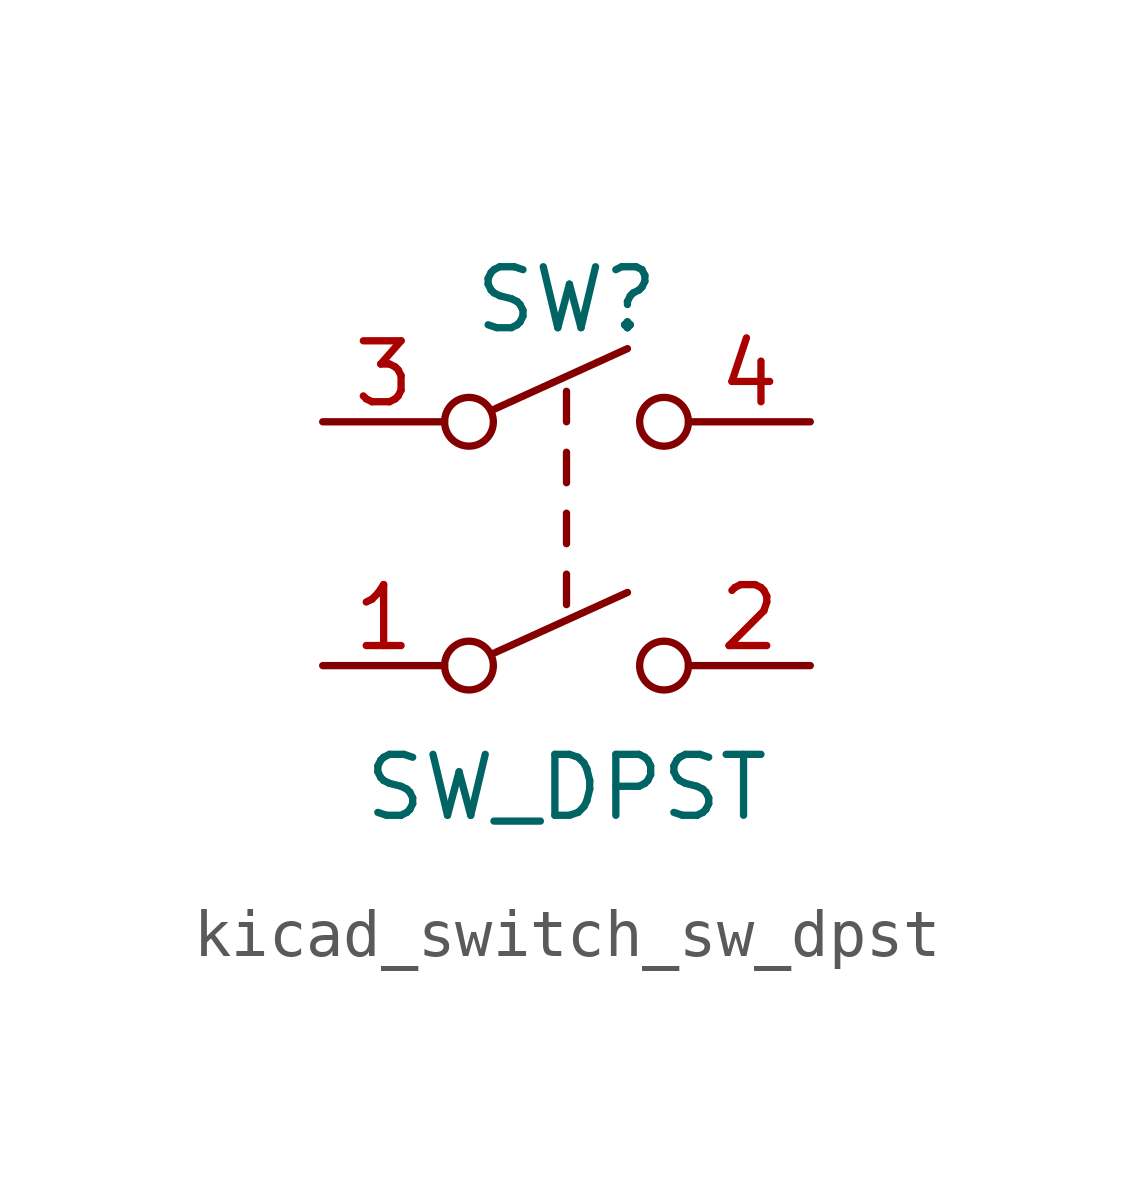
<source format=kicad_sym>
(kicad_symbol_lib
  (version 20220914)
  (generator kicad_symbol_editor)
  (symbol "kicad_switch_sw_dpst"
    (pin_names
      (offset 0) hide)
    (property "Reference" "SW"
      (at 0 5.08 0)
      (effects (font (size 1.27 1.27))))
    (property "Value" "SW_DPST"
      (at 0 -5.08 0)
      (effects (font (size 1.27 1.27))))
    (symbol "kicad_switch_sw_dpst_0_0"
      (circle (center -2.032 -2.54) (radius 0.508) (stroke (width 0) (type default)) (fill (type none)))
      (circle (center -2.032 2.54) (radius 0.508) (stroke (width 0) (type default)) (fill (type none)))
      (polyline (pts (xy -1.524 -2.286) (xy 1.27 -1.016)) (stroke (width 0) (type default)) (fill (type none)))
      (polyline (pts (xy -1.524 2.794) (xy 1.27 4.064)) (stroke (width 0) (type default)) (fill (type none)))
      (polyline (pts (xy 0 -1.27) (xy 0 -0.635)) (stroke (width 0) (type default)) (fill (type none)))
      (polyline (pts (xy 0 0) (xy 0 0.635)) (stroke (width 0) (type default)) (fill (type none)))
      (polyline (pts (xy 0 1.27) (xy 0 1.905)) (stroke (width 0) (type default)) (fill (type none)))
      (polyline (pts (xy 0 2.54) (xy 0 3.175)) (stroke (width 0) (type default)) (fill (type none)))
      (circle (center 2.032 -2.54) (radius 0.508) (stroke (width 0) (type default)) (fill (type none)))
      (circle (center 2.032 2.54) (radius 0.508) (stroke (width 0) (type default)) (fill (type none))))
    (symbol "kicad_switch_sw_dpst_1_1"
      (pin passive line (at -5.08 -2.54 0) (length 2.54) (name "1" (effects (font (size 1.27 1.27)))) (number "1" (effects (font (size 1.27 1.27)))))
      (pin passive line (at 5.08 -2.54 180) (length 2.54) (name "2" (effects (font (size 1.27 1.27)))) (number "2" (effects (font (size 1.27 1.27)))))
      (pin passive line (at -5.08 2.54 0) (length 2.54) (name "3" (effects (font (size 1.27 1.27)))) (number "3" (effects (font (size 1.27 1.27)))))
      (pin passive line (at 5.08 2.54 180) (length 2.54) (name "4" (effects (font (size 1.27 1.27)))) (number "4" (effects (font (size 1.27 1.27))))))))
</source>
